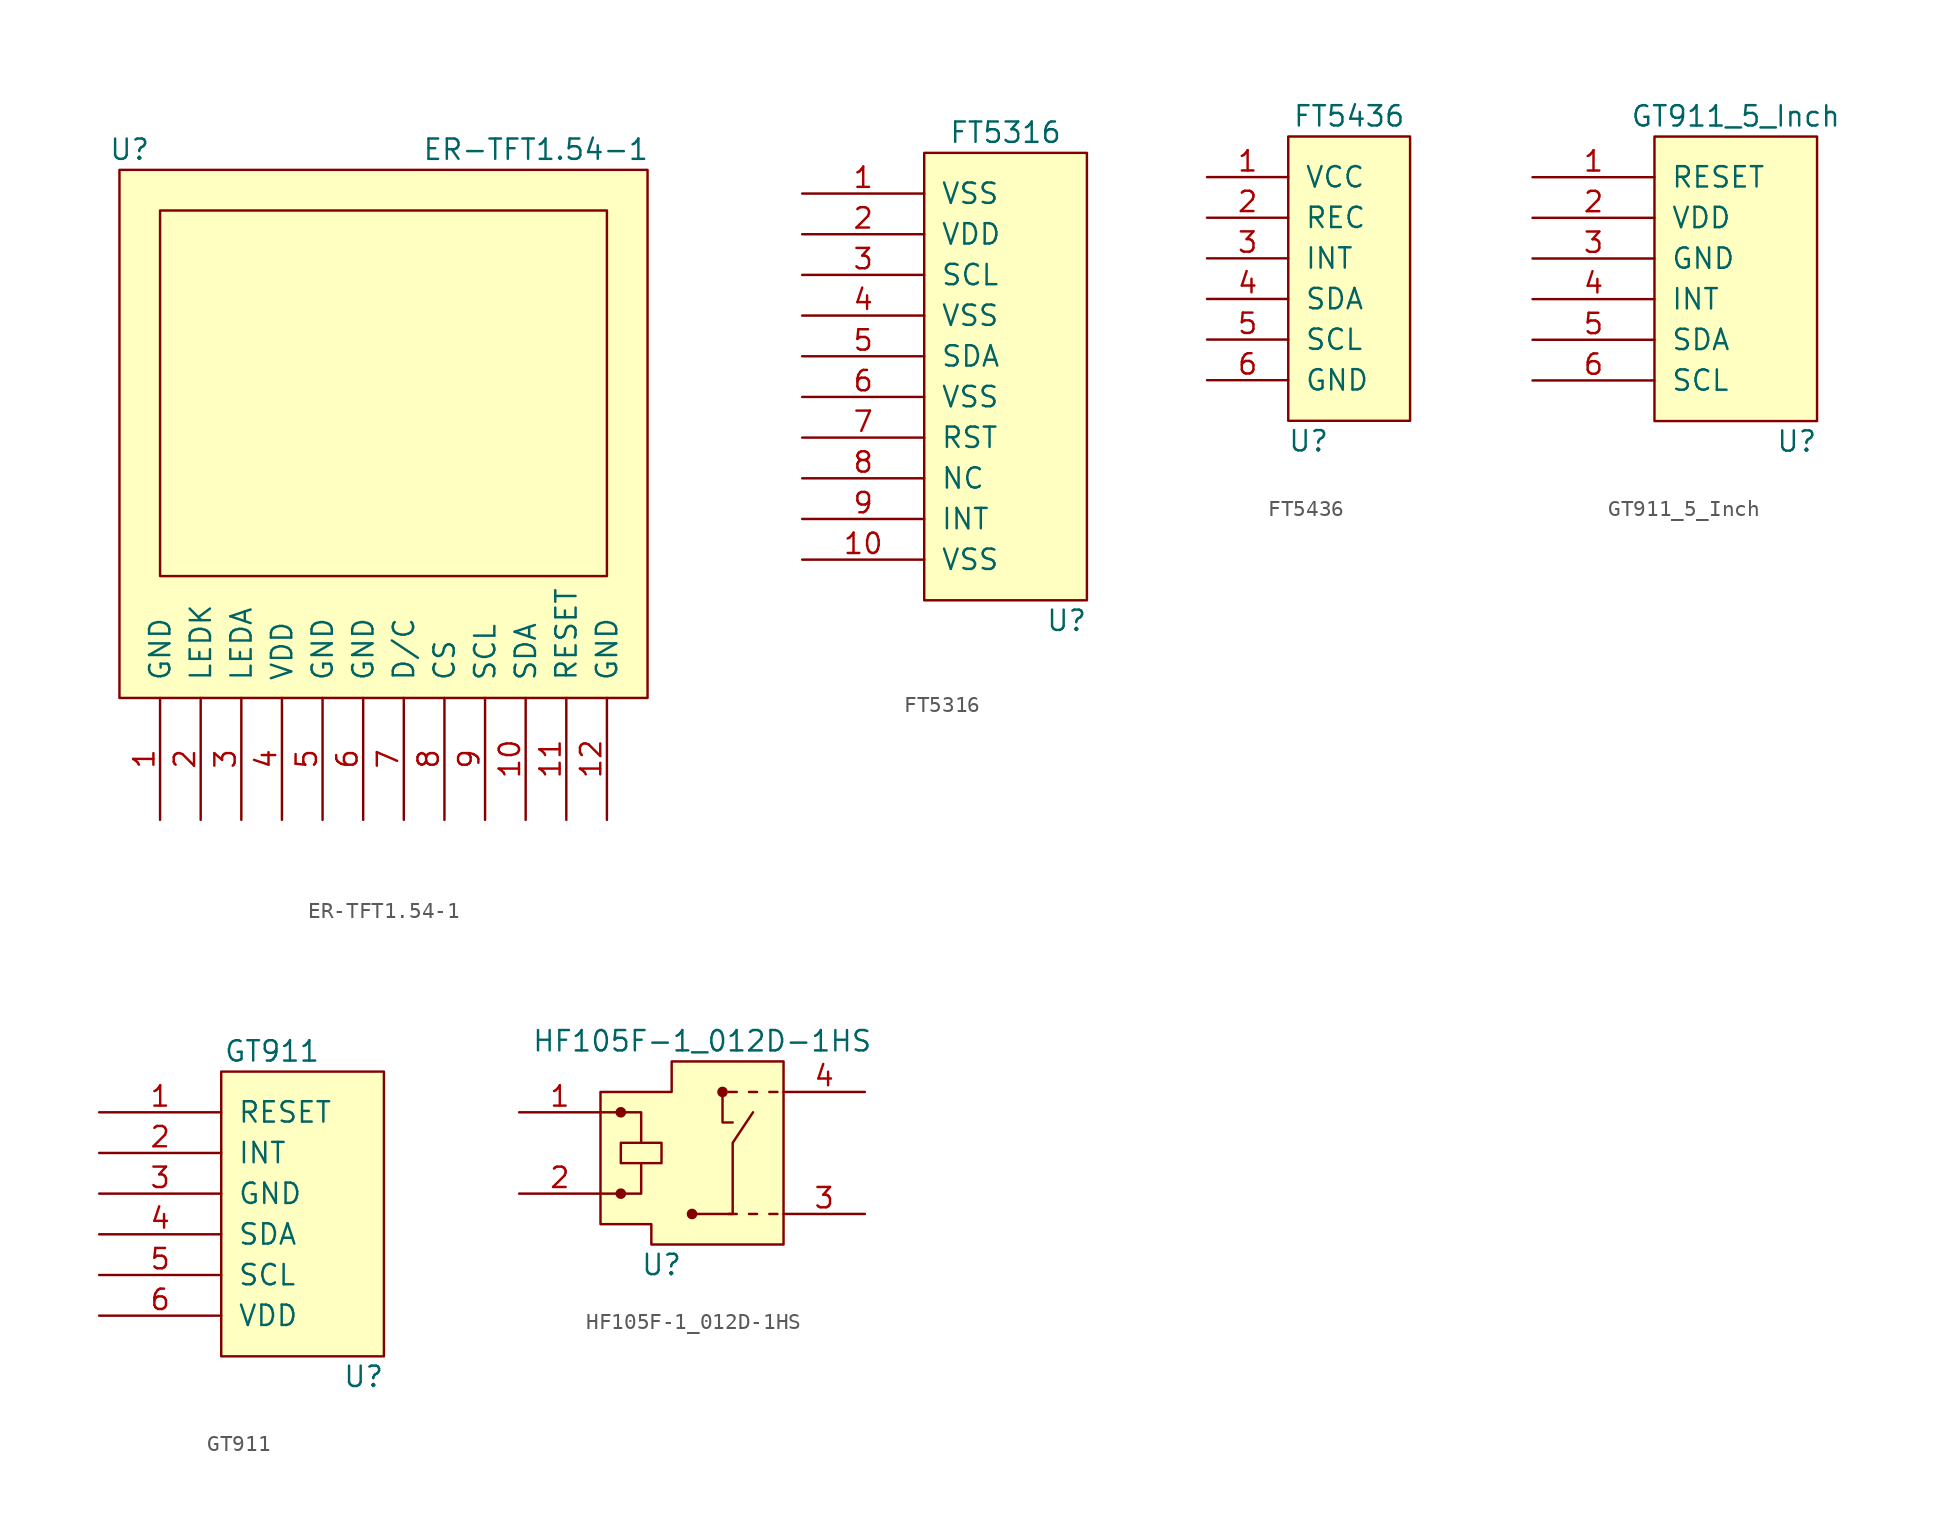
<source format=kicad_sym>
(kicad_symbol_lib
  (version 20211014)
  (generator kicad_symbol_editor)
  (symbol "ER-TFT1.54-1"
    (pin_names
      (offset 1.016))
    (property "Reference" "U"
      (at 0.635 1.27 0)
      (effects (font (size 1.27 1.27))))
    (property "Value" "ER-TFT1.54-1"
      (at 26.035 1.27 0)
      (effects (font (size 1.27 1.27))))
    (symbol "ER-TFT1.54-1_0_1"
      (rectangle (start 0 0) (end 33.02 -33.02) (stroke (width 0) (type default) (color 0 0 0 0)) (fill (type background)))
      (rectangle (start 2.54 -2.54) (end 30.48 -25.4) (stroke (width 0) (type default) (color 0 0 0 0)) (fill (type none))))
    (symbol "ER-TFT1.54-1_1_1"
      (pin input line (at 2.54 -40.64 90) (length 7.62) (name "GND" (effects (font (size 1.27 1.27)))) (number "1" (effects (font (size 1.27 1.27)))))
      (pin input line (at 25.4 -40.64 90) (length 7.62) (name "SDA" (effects (font (size 1.27 1.27)))) (number "10" (effects (font (size 1.27 1.27)))))
      (pin input line (at 27.94 -40.64 90) (length 7.62) (name "RESET" (effects (font (size 1.27 1.27)))) (number "11" (effects (font (size 1.27 1.27)))))
      (pin input line (at 30.48 -40.64 90) (length 7.62) (name "GND" (effects (font (size 1.27 1.27)))) (number "12" (effects (font (size 1.27 1.27)))))
      (pin input line (at 5.08 -40.64 90) (length 7.62) (name "LEDK" (effects (font (size 1.27 1.27)))) (number "2" (effects (font (size 1.27 1.27)))))
      (pin input line (at 7.62 -40.64 90) (length 7.62) (name "LEDA" (effects (font (size 1.27 1.27)))) (number "3" (effects (font (size 1.27 1.27)))))
      (pin input line (at 10.16 -40.64 90) (length 7.62) (name "VDD" (effects (font (size 1.27 1.27)))) (number "4" (effects (font (size 1.27 1.27)))))
      (pin input line (at 12.7 -40.64 90) (length 7.62) (name "GND" (effects (font (size 1.27 1.27)))) (number "5" (effects (font (size 1.27 1.27)))))
      (pin input line (at 15.24 -40.64 90) (length 7.62) (name "GND" (effects (font (size 1.27 1.27)))) (number "6" (effects (font (size 1.27 1.27)))))
      (pin input line (at 17.78 -40.64 90) (length 7.62) (name "D/C" (effects (font (size 1.27 1.27)))) (number "7" (effects (font (size 1.27 1.27)))))
      (pin input line (at 20.32 -40.64 90) (length 7.62) (name "CS" (effects (font (size 1.27 1.27)))) (number "8" (effects (font (size 1.27 1.27)))))
      (pin input line (at 22.86 -40.64 90) (length 7.62) (name "SCL" (effects (font (size 1.27 1.27)))) (number "9" (effects (font (size 1.27 1.27)))))))
  (symbol "FT5316"
    (pin_names
      (offset 1.016))
    (property "Reference" "U"
      (at 8.89 -26.67 0)
      (effects (font (size 1.27 1.27))))
    (property "Value" "FT5316"
      (at 5.08 3.81 0)
      (effects (font (size 1.27 1.27))))
    (symbol "FT5316_0_1"
      (rectangle (start 0 2.54) (end 10.16 -25.4) (stroke (width 0) (type default) (color 0 0 0 0)) (fill (type background))))
    (symbol "FT5316_1_1"
      (pin input line (at -7.62 0 0) (length 7.62) (name "VSS" (effects (font (size 1.27 1.27)))) (number "1" (effects (font (size 1.27 1.27)))))
      (pin input line (at -7.62 -22.86 0) (length 7.62) (name "VSS" (effects (font (size 1.27 1.27)))) (number "10" (effects (font (size 1.27 1.27)))))
      (pin input line (at -7.62 -2.54 0) (length 7.62) (name "VDD" (effects (font (size 1.27 1.27)))) (number "2" (effects (font (size 1.27 1.27)))))
      (pin input line (at -7.62 -5.08 0) (length 7.62) (name "SCL" (effects (font (size 1.27 1.27)))) (number "3" (effects (font (size 1.27 1.27)))))
      (pin input line (at -7.62 -7.62 0) (length 7.62) (name "VSS" (effects (font (size 1.27 1.27)))) (number "4" (effects (font (size 1.27 1.27)))))
      (pin input line (at -7.62 -10.16 0) (length 7.62) (name "SDA" (effects (font (size 1.27 1.27)))) (number "5" (effects (font (size 1.27 1.27)))))
      (pin input line (at -7.62 -12.7 0) (length 7.62) (name "VSS" (effects (font (size 1.27 1.27)))) (number "6" (effects (font (size 1.27 1.27)))))
      (pin input line (at -7.62 -15.24 0) (length 7.62) (name "RST" (effects (font (size 1.27 1.27)))) (number "7" (effects (font (size 1.27 1.27)))))
      (pin input line (at -7.62 -17.78 0) (length 7.62) (name "NC" (effects (font (size 1.27 1.27)))) (number "8" (effects (font (size 1.27 1.27)))))
      (pin input line (at -7.62 -20.32 0) (length 7.62) (name "INT" (effects (font (size 1.27 1.27)))) (number "9" (effects (font (size 1.27 1.27)))))))
  (symbol "FT5436"
    (pin_names
      (offset 1.016))
    (property "Reference" "U"
      (at 1.27 -16.51 0)
      (effects (font (size 1.27 1.27))))
    (property "Value" "FT5436"
      (at 3.81 3.81 0)
      (effects (font (size 1.27 1.27))))
    (symbol "FT5436_0_1"
      (rectangle (start 0 2.54) (end 7.62 -15.24) (stroke (width 0) (type default) (color 0 0 0 0)) (fill (type background))))
    (symbol "FT5436_1_1"
      (pin input line (at -5.08 0 0) (length 5.08) (name "VCC" (effects (font (size 1.27 1.27)))) (number "1" (effects (font (size 1.27 1.27)))))
      (pin input line (at -5.08 -2.54 0) (length 5.08) (name "REC" (effects (font (size 1.27 1.27)))) (number "2" (effects (font (size 1.27 1.27)))))
      (pin input line (at -5.08 -5.08 0) (length 5.08) (name "INT" (effects (font (size 1.27 1.27)))) (number "3" (effects (font (size 1.27 1.27)))))
      (pin input line (at -5.08 -7.62 0) (length 5.08) (name "SDA" (effects (font (size 1.27 1.27)))) (number "4" (effects (font (size 1.27 1.27)))))
      (pin input line (at -5.08 -10.16 0) (length 5.08) (name "SCL" (effects (font (size 1.27 1.27)))) (number "5" (effects (font (size 1.27 1.27)))))
      (pin input line (at -5.08 -12.7 0) (length 5.08) (name "GND" (effects (font (size 1.27 1.27)))) (number "6" (effects (font (size 1.27 1.27)))))))
  (symbol "GT911_5_Inch"
    (pin_names
      (offset 1.016))
    (property "Reference" "U"
      (at 8.89 -16.51 0)
      (effects (font (size 1.27 1.27))))
    (property "Value" "GT911_5_Inch"
      (at 5.08 3.81 0)
      (effects (font (size 1.27 1.27))))
    (symbol "GT911_5_Inch_0_1"
      (rectangle (start 0 2.54) (end 10.16 -15.24) (stroke (width 0) (type default) (color 0 0 0 0)) (fill (type background))))
    (symbol "GT911_5_Inch_1_1"
      (pin input line (at -7.62 0 0) (length 7.62) (name "RESET" (effects (font (size 1.27 1.27)))) (number "1" (effects (font (size 1.27 1.27)))))
      (pin input line (at -7.62 -2.54 0) (length 7.62) (name "VDD" (effects (font (size 1.27 1.27)))) (number "2" (effects (font (size 1.27 1.27)))))
      (pin input line (at -7.62 -5.08 0) (length 7.62) (name "GND" (effects (font (size 1.27 1.27)))) (number "3" (effects (font (size 1.27 1.27)))))
      (pin input line (at -7.62 -7.62 0) (length 7.62) (name "INT" (effects (font (size 1.27 1.27)))) (number "4" (effects (font (size 1.27 1.27)))))
      (pin input line (at -7.62 -10.16 0) (length 7.62) (name "SDA" (effects (font (size 1.27 1.27)))) (number "5" (effects (font (size 1.27 1.27)))))
      (pin input line (at -7.62 -12.7 0) (length 7.62) (name "SCL" (effects (font (size 1.27 1.27)))) (number "6" (effects (font (size 1.27 1.27)))))))
  (symbol "GT911"
    (pin_names
      (offset 1.016))
    (property "Reference" "U"
      (at 8.89 -16.51 0)
      (effects (font (size 1.27 1.27))))
    (property "Value" "GT911"
      (at 3.175 3.81 0)
      (effects (font (size 1.27 1.27))))
    (symbol "GT911_0_1"
      (rectangle (start 0 2.54) (end 10.16 -15.24) (stroke (width 0) (type default) (color 0 0 0 0)) (fill (type background))))
    (symbol "GT911_1_1"
      (pin input line (at -7.62 0 0) (length 7.62) (name "RESET" (effects (font (size 1.27 1.27)))) (number "1" (effects (font (size 1.27 1.27)))))
      (pin input line (at -7.62 -2.54 0) (length 7.62) (name "INT" (effects (font (size 1.27 1.27)))) (number "2" (effects (font (size 1.27 1.27)))))
      (pin input line (at -7.62 -5.08 0) (length 7.62) (name "GND" (effects (font (size 1.27 1.27)))) (number "3" (effects (font (size 1.27 1.27)))))
      (pin input line (at -7.62 -7.62 0) (length 7.62) (name "SDA" (effects (font (size 1.27 1.27)))) (number "4" (effects (font (size 1.27 1.27)))))
      (pin input line (at -7.62 -10.16 0) (length 7.62) (name "SCL" (effects (font (size 1.27 1.27)))) (number "5" (effects (font (size 1.27 1.27)))))
      (pin input line (at -7.62 -12.7 0) (length 7.62) (name "VDD" (effects (font (size 1.27 1.27)))) (number "6" (effects (font (size 1.27 1.27)))))))
  (symbol "HF105F-1_012D-1HS"
    (pin_names
      (offset 1.016))
    (property "Reference" "U"
      (at 3.81 -9.525 0)
      (effects (font (size 1.27 1.27))))
    (property "Value" "HF105F-1_012D-1HS"
      (at 6.35 4.445 0)
      (effects (font (size 1.27 1.27))))
    (property "Footprint" ""
      (at 0 0 0)
      (effects (font (size 1.524 1.524))))
    (property "Datasheet" ""
      (at 0 0 0)
      (effects (font (size 1.524 1.524))))
    (symbol "HF105F-1_012D-1HS_0_1"
      (polyline (pts (xy 0 -5.08) (xy 2.54 -5.08) (xy 2.54 -3.175)) (stroke (width 0) (type default) (color 0 0 0 0)) (fill (type none)))
      (polyline (pts (xy 2.54 -1.905) (xy 2.54 0) (xy 0 0)) (stroke (width 0) (type default) (color 0 0 0 0)) (fill (type none)))
      (polyline (pts (xy 7.62 1.27) (xy 7.62 -0.635) (xy 8.255 -0.635)) (stroke (width 0) (type default) (color 0 0 0 0)) (fill (type none)))
      (polyline (pts (xy 9.525 0) (xy 8.255 -1.905) (xy 8.255 -6.35) (xy 5.715 -6.35)) (stroke (width 0) (type default) (color 0 0 0 0)) (fill (type none)))
      (polyline (pts (xy 0 1.27) (xy 4.445 1.27) (xy 4.445 3.175) (xy 11.43 3.175) (xy 11.43 -8.255) (xy 3.175 -8.255) (xy 3.175 -6.985) (xy 0 -6.985) (xy 0 1.27)) (stroke (width 0) (type default) (color 0 0 0 0)) (fill (type background)))
      (rectangle (start 1.27 -1.905) (end 3.81 -3.175) (stroke (width 0) (type default) (color 0 0 0 0)) (fill (type none)))
      (circle (center 1.27 0) (radius 0.254) (stroke (width 0) (type default) (color 0 0 0 0)) (fill (type outline))))
    (symbol "HF105F-1_012D-1HS_1_1"
      (polyline (pts (xy 8.509 -6.35) (xy 8.001 -6.35)) (stroke (width 0) (type default) (color 0 0 0 0)) (fill (type none)))
      (polyline (pts (xy 8.509 1.27) (xy 8.001 1.27)) (stroke (width 0) (type default) (color 0 0 0 0)) (fill (type none)))
      (polyline (pts (xy 9.779 -6.35) (xy 9.271 -6.35)) (stroke (width 0) (type default) (color 0 0 0 0)) (fill (type none)))
      (polyline (pts (xy 9.779 1.27) (xy 9.271 1.27)) (stroke (width 0) (type default) (color 0 0 0 0)) (fill (type none)))
      (polyline (pts (xy 11.049 -6.35) (xy 10.541 -6.35)) (stroke (width 0) (type default) (color 0 0 0 0)) (fill (type none)))
      (polyline (pts (xy 11.049 1.27) (xy 10.541 1.27)) (stroke (width 0) (type default) (color 0 0 0 0)) (fill (type none)))
      (circle (center 1.27 -5.08) (radius 0.254) (stroke (width 0) (type default) (color 0 0 0 0)) (fill (type outline)))
      (circle (center 5.715 -6.35) (radius 0.254) (stroke (width 0) (type default) (color 0 0 0 0)) (fill (type outline)))
      (circle (center 7.62 1.27) (radius 0.254) (stroke (width 0) (type default) (color 0 0 0 0)) (fill (type outline)))
      (pin input line (at -5.08 0 0) (length 5.08) (name "~" (effects (font (size 1.27 1.27)))) (number "1" (effects (font (size 1.27 1.27)))))
      (pin input line (at -5.08 -5.08 0) (length 5.08) (name "~" (effects (font (size 1.27 1.27)))) (number "2" (effects (font (size 1.27 1.27)))))
      (pin input line (at 16.51 -6.35 180) (length 5.08) (name "~" (effects (font (size 1.27 1.27)))) (number "3" (effects (font (size 1.27 1.27)))))
      (pin input line (at 16.51 1.27 180) (length 5.08) (name "~" (effects (font (size 1.27 1.27)))) (number "4" (effects (font (size 1.27 1.27))))))))
</source>
